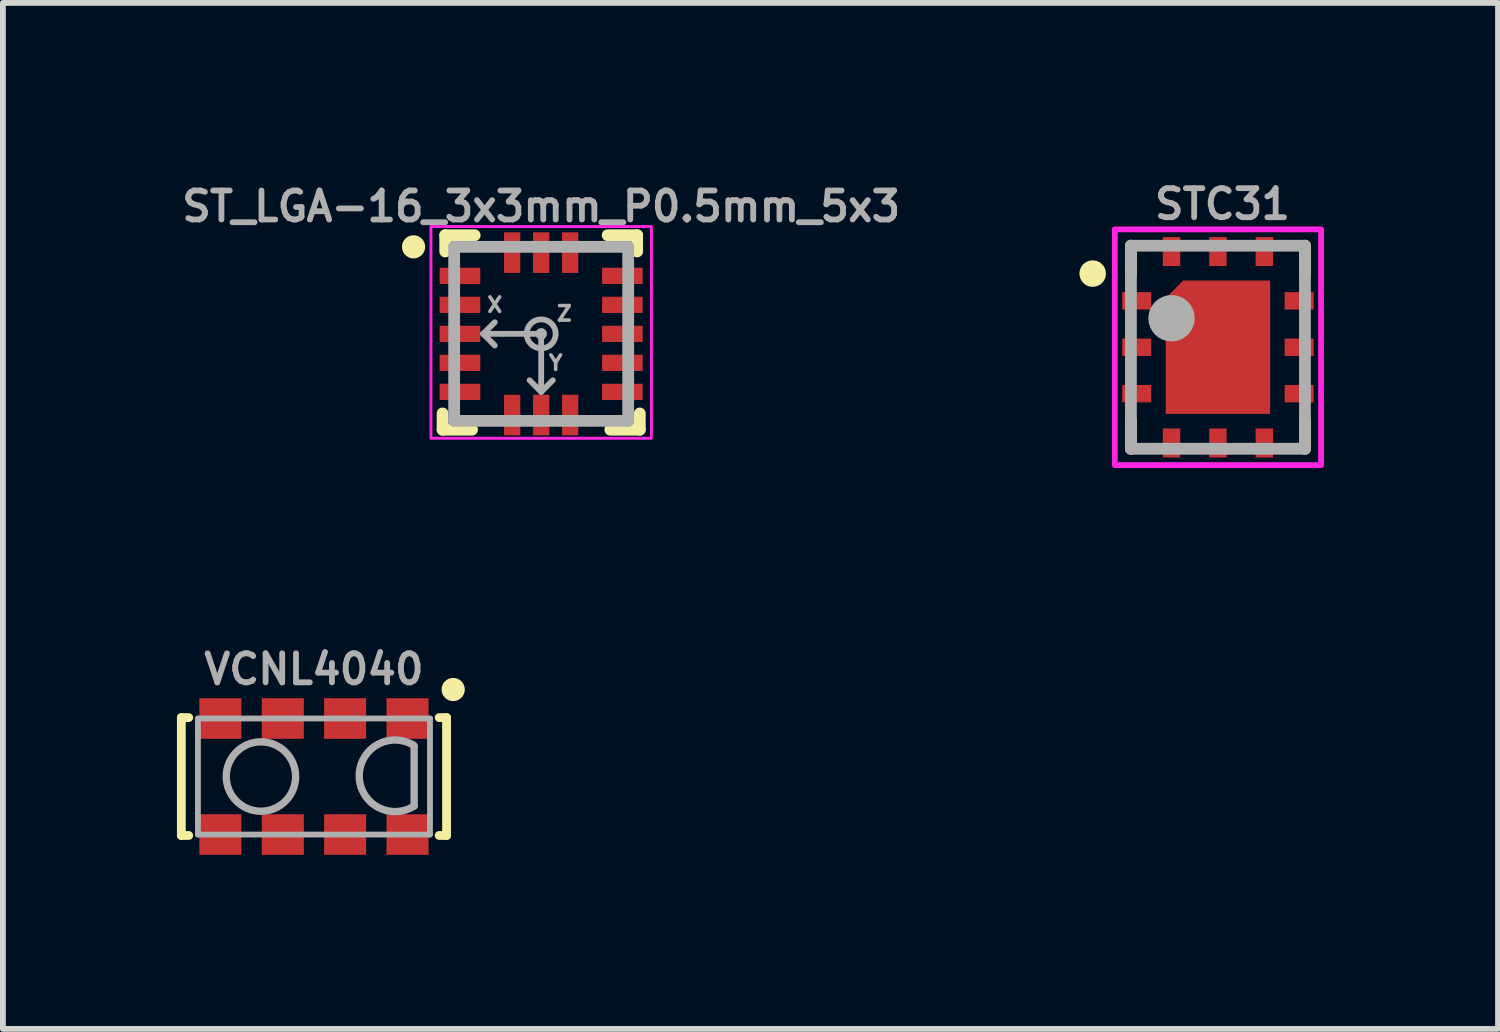
<source format=kicad_pcb>
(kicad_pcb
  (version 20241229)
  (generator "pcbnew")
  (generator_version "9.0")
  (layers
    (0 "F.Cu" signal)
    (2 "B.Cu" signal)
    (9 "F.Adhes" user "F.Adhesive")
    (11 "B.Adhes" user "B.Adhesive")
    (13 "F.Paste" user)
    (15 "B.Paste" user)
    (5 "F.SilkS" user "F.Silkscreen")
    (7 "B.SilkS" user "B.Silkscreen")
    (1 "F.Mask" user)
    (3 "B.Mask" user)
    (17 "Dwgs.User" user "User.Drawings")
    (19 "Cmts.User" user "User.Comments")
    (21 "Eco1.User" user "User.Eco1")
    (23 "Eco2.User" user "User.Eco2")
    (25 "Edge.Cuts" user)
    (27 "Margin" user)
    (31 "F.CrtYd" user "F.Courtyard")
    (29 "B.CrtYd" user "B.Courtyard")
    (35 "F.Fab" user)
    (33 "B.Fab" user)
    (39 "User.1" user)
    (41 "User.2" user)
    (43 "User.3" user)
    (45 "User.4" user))
  (footprint "ST_LGA-16_3x3mm_P0.5mm_5x3"
    (layer "F.Cu")
    (at 6.279 2.705)
    (property "Reference" "ST_LGA-16_3x3mm_P0.5mm_5x3" (at 0 -1.905 0) (unlocked yes) (layer "F.Fab") (effects (font (size 0.5 0.5) (thickness 0.1) (bold yes)) (justify bottom)))
    (fp_line (start -1.7 1.372) (end -1.7 1.652) (stroke (width 0.203) (type solid)) (layer "F.SilkS"))
    (fp_line (start -1.7 1.652) (end -1.192 1.652) (stroke (width 0.203) (type solid)) (layer "F.SilkS"))
    (fp_line (start -1.654 -1.7) (end -1.654 -1.42) (stroke (width 0.203) (type solid)) (layer "F.SilkS"))
    (fp_line (start -1.146 -1.7) (end -1.654 -1.7) (stroke (width 0.203) (type solid)) (layer "F.SilkS"))
    (fp_line (start 1.146 -1.7) (end 1.654 -1.7) (stroke (width 0.203) (type solid)) (layer "F.SilkS"))
    (fp_line (start 1.192 1.652) (end 1.7 1.652) (stroke (width 0.203) (type solid)) (layer "F.SilkS"))
    (fp_line (start 1.654 -1.7) (end 1.654 -1.42) (stroke (width 0.203) (type solid)) (layer "F.SilkS"))
    (fp_line (start 1.7 1.372) (end 1.7 1.652) (stroke (width 0.203) (type solid)) (layer "F.SilkS"))
    (fp_circle (center -2.2 -1.5) (end -2.3 -1.5) (stroke (width 0.2) (type solid)) (fill yes) (layer "F.SilkS"))
    (fp_rect (start -1.9 -1.85) (end 1.9 1.8) (stroke (width 0.05) (type default)) (fill no) (layer "F.CrtYd"))
    (fp_line (start -1.5 -1.5) (end 1.5 -1.5) (stroke (width 0.203) (type solid)) (layer "F.Fab"))
    (fp_line (start -1.5 1.5) (end -1.5 -1.5) (stroke (width 0.203) (type solid)) (layer "F.Fab"))
    (fp_line (start -1 0) (end -0.8 -0.2) (stroke (width 0.1) (type default)) (layer "F.Fab"))
    (fp_line (start -1 0) (end -0.8 0.2) (stroke (width 0.1) (type default)) (layer "F.Fab"))
    (fp_line (start 0 0) (end -1 0) (stroke (width 0.1) (type default)) (layer "F.Fab"))
    (fp_line (start 0 0) (end 0 1) (stroke (width 0.1) (type default)) (layer "F.Fab"))
    (fp_line (start 0 1) (end -0.2 0.8) (stroke (width 0.1) (type default)) (layer "F.Fab"))
    (fp_line (start 0 1) (end 0.2 0.8) (stroke (width 0.1) (type default)) (layer "F.Fab"))
    (fp_line (start 1.5 -1.5) (end 1.5 1.5) (stroke (width 0.203) (type solid)) (layer "F.Fab"))
    (fp_line (start 1.5 1.5) (end -1.5 1.5) (stroke (width 0.203) (type solid)) (layer "F.Fab"))
    (fp_circle (center 0 0) (end -0.25 0) (stroke (width 0.1) (type default)) (fill no) (layer "F.Fab"))
    (fp_circle (center 0 0) (end -0.05 0) (stroke (width 0.1) (type default)) (fill no) (layer "F.Fab"))
    (fp_text user "X" (at -0.8 -0.5 0) (unlocked yes) (layer "F.Fab") (effects (font (size 0.25 0.25) (thickness 0.062))))
    (fp_text user "Z" (at 0.4 -0.35 0) (unlocked yes) (layer "F.Fab") (effects (font (size 0.25 0.25) (thickness 0.062))))
    (fp_text user "Y" (at 0.25 0.5 0) (unlocked yes) (layer "F.Fab") (effects (font (size 0.25 0.25) (thickness 0.062))))
    (pad "1" smd rect (at -1.4 -1 180) (size 0.7 0.28) (layers "F.Cu" "F.Mask" "F.Paste"))
    (pad "2" smd rect (at -1.4 -0.5) (size 0.7 0.28) (layers "F.Cu" "F.Mask" "F.Paste"))
    (pad "3" smd rect (at -1.4 0) (size 0.7 0.28) (layers "F.Cu" "F.Mask" "F.Paste"))
    (pad "4" smd rect (at -1.4 0.5) (size 0.7 0.28) (layers "F.Cu" "F.Mask" "F.Paste"))
    (pad "5" smd rect (at -1.4 1 180) (size 0.7 0.28) (layers "F.Cu" "F.Mask" "F.Paste"))
    (pad "6" smd rect (at -0.5 1.4 90) (size 0.7 0.28) (layers "F.Cu" "F.Mask" "F.Paste"))
    (pad "7" smd rect (at 0 1.4 90) (size 0.7 0.28) (layers "F.Cu" "F.Mask" "F.Paste"))
    (pad "8" smd rect (at 0.5 1.4 90) (size 0.7 0.28) (layers "F.Cu" "F.Mask" "F.Paste"))
    (pad "9" smd rect (at 1.4 1 180) (size 0.7 0.28) (layers "F.Cu" "F.Mask" "F.Paste"))
    (pad "10" smd rect (at 1.4 0.5 180) (size 0.7 0.28) (layers "F.Cu" "F.Mask" "F.Paste"))
    (pad "11" smd rect (at 1.4 0 180) (size 0.7 0.28) (layers "F.Cu" "F.Mask" "F.Paste"))
    (pad "12" smd rect (at 1.4 -0.5 180) (size 0.7 0.28) (layers "F.Cu" "F.Mask" "F.Paste"))
    (pad "13" smd rect (at 1.4 -1 180) (size 0.7 0.28) (layers "F.Cu" "F.Mask" "F.Paste"))
    (pad "14" smd rect (at 0.5 -1.4 270) (size 0.7 0.28) (layers "F.Cu" "F.Mask" "F.Paste"))
    (pad "15" smd rect (at 0 -1.4 270) (size 0.7 0.28) (layers "F.Cu" "F.Mask" "F.Paste"))
    (pad "16" smd rect (at -0.5 -1.4 270) (size 0.7 0.28) (layers "F.Cu" "F.Mask" "F.Paste"))
    (zone (net_name "") (layers "F.Cu" "F.SilkS") (name "MEMs Keepout") (hatch edge 0.5) (connect_pads) (min_thickness 0.25) (filled_areas_thickness no) (keepout (tracks not_allowed) (vias not_allowed) (pads not_allowed) (copperpour not_allowed) (footprints allowed)) (placement (enabled no)) (fill) (polygon (pts (xy 5.329 1.755) (xy 5.329 3.655) (xy 7.229 3.655) (xy 7.229 1.755)))))
  (footprint "VCNL4040"
    (layer "F.Cu")
    (at 2.362 10.336)
    (property "Reference" "VCNL4040" (at 0 -1.85 0) (unlocked yes) (layer "F.Fab") (effects (font (size 0.5 0.5) (thickness 0.1) (bold yes))))
    (fp_line (start -2.286 -1.016) (end -2.159 -1.016) (stroke (width 0.152) (type solid)) (layer "F.SilkS"))
    (fp_line (start -2.286 1.016) (end -2.286 -1.016) (stroke (width 0.152) (type solid)) (layer "F.SilkS"))
    (fp_line (start -2.286 1.016) (end -2.159 1.016) (stroke (width 0.152) (type solid)) (layer "F.SilkS"))
    (fp_line (start 2.159 1.016) (end 2.286 1.016) (stroke (width 0.152) (type solid)) (layer "F.SilkS"))
    (fp_line (start 2.286 -1.016) (end 2.159 -1.016) (stroke (width 0.152) (type solid)) (layer "F.SilkS"))
    (fp_line (start 2.286 1.016) (end 2.286 -1.016) (stroke (width 0.152) (type solid)) (layer "F.SilkS"))
    (fp_circle (center 2.4 -1.5) (end 2.3 -1.5) (stroke (width 0.2) (type solid)) (fill yes) (layer "F.SilkS"))
    (fp_line (start -2 -1) (end 2 -1) (stroke (width 0.1) (type solid)) (layer "F.Fab"))
    (fp_line (start -2 1) (end -2 -1) (stroke (width 0.1) (type solid)) (layer "F.Fab"))
    (fp_line (start -2 1) (end 2 1) (stroke (width 0.1) (type solid)) (layer "F.Fab"))
    (fp_line (start 1.727 0.508) (end 1.727 -0.508) (stroke (width 0.127) (type solid)) (layer "F.Fab"))
    (fp_line (start 2 -1) (end 2 1) (stroke (width 0.1) (type solid)) (layer "F.Fab"))
    (fp_arc (start 1.7272 0.508) (mid 0.780428 -0.0127) (end 1.7272 -0.5334) (stroke (width 0.127) (type solid)) (layer "F.Fab"))
    (fp_circle (center -0.914 0) (end -0.914 -0.598) (stroke (width 0.127) (type solid)) (fill no) (layer "F.Fab"))
    (pad "1" smd rect (at 1.613 -1 90) (size 0.7 0.725) (layers "F.Cu" "F.Mask" "F.Paste"))
    (pad "2" smd rect (at 0.537 -1 90) (size 0.7 0.725) (layers "F.Cu" "F.Mask" "F.Paste"))
    (pad "3" smd rect (at -0.537 -1 90) (size 0.7 0.725) (layers "F.Cu" "F.Mask" "F.Paste"))
    (pad "4" smd rect (at -1.613 -1 90) (size 0.7 0.725) (layers "F.Cu" "F.Mask" "F.Paste"))
    (pad "5" smd rect (at -1.613 1 90) (size 0.7 0.725) (layers "F.Cu" "F.Mask" "F.Paste"))
    (pad "6" smd rect (at -0.537 1 90) (size 0.7 0.725) (layers "F.Cu" "F.Mask" "F.Paste"))
    (pad "7" smd rect (at 0.537 1 90) (size 0.7 0.725) (layers "F.Cu" "F.Mask" "F.Paste"))
    (pad "8" smd rect (at 1.613 1 90) (size 0.7 0.725) (layers "F.Cu" "F.Mask" "F.Paste")))
  (footprint "STC31"
    (layer "F.Cu")
    (at 18.023 2.768)
    (property "Reference" "STC31" (at 0 -2.3 0) (unlocked yes) (layer "F.Fab") (effects (font (size 0.5 0.5) (thickness 0.1))))
    (attr smd)
    (fp_poly (pts (xy 0.822 1.318) (xy -0.978 1.318) (xy -0.978 -0.682) (xy -0.678 -0.982) (xy 0.822 -0.982)) (stroke (width 0) (type default)) (fill yes) (layer "F.Cu"))
    (fp_poly (pts (xy 0.922 1.418) (xy -1.078 1.418) (xy -1.078 -0.732) (xy -0.728 -1.082) (xy 0.922 -1.082)) (stroke (width 0) (type default)) (fill yes) (layer "F.Mask"))
    (fp_line (start -1.578 -1.582) (end -1.578 -1.082) (stroke (width 0.203) (type solid)) (layer "F.SilkS"))
    (fp_line (start -1.578 1.418) (end -1.578 1.918) (stroke (width 0.203) (type solid)) (layer "F.SilkS"))
    (fp_line (start 1.422 -1.582) (end 1.422 -1.082) (stroke (width 0.203) (type solid)) (layer "F.SilkS"))
    (fp_line (start 1.422 1.418) (end 1.422 1.918) (stroke (width 0.203) (type solid)) (layer "F.SilkS"))
    (fp_circle (center -2.237 -1.102) (end -2.11 -1.102) (stroke (width 0.203) (type solid)) (fill yes) (layer "F.SilkS"))
    (fp_poly (pts (xy -1.728 -0.482) (xy -1.328 -0.482) (xy -1.328 -0.782) (xy -1.728 -0.782)) (stroke (width 0) (type default)) (fill yes) (layer "F.Paste"))
    (fp_poly (pts (xy -1.728 0.318) (xy -1.328 0.318) (xy -1.328 0.018) (xy -1.728 0.018)) (stroke (width 0) (type default)) (fill yes) (layer "F.Paste"))
    (fp_poly (pts (xy -1.728 1.118) (xy -1.328 1.118) (xy -1.328 0.818) (xy -1.728 0.818)) (stroke (width 0) (type default)) (fill yes) (layer "F.Paste"))
    (fp_poly (pts (xy -1.028 -1.332) (xy -0.728 -1.332) (xy -0.728 -1.732) (xy -1.028 -1.732)) (stroke (width 0) (type default)) (fill yes) (layer "F.Paste"))
    (fp_poly (pts (xy -1.028 2.068) (xy -0.728 2.068) (xy -0.728 1.668) (xy -1.028 1.668)) (stroke (width 0) (type default)) (fill yes) (layer "F.Paste"))
    (fp_poly (pts (xy -0.428 0.618) (xy 0.272 0.618) (xy 0.272 -0.282) (xy -0.428 -0.282)) (stroke (width 0) (type default)) (fill yes) (layer "F.Paste"))
    (fp_poly (pts (xy -0.228 -1.332) (xy 0.072 -1.332) (xy 0.072 -1.732) (xy -0.228 -1.732)) (stroke (width 0) (type default)) (fill yes) (layer "F.Paste"))
    (fp_poly (pts (xy -0.228 2.068) (xy 0.072 2.068) (xy 0.072 1.668) (xy -0.228 1.668)) (stroke (width 0) (type default)) (fill yes) (layer "F.Paste"))
    (fp_poly (pts (xy 0.572 -1.332) (xy 0.872 -1.332) (xy 0.872 -1.732) (xy 0.572 -1.732)) (stroke (width 0) (type default)) (fill yes) (layer "F.Paste"))
    (fp_poly (pts (xy 0.572 2.068) (xy 0.872 2.068) (xy 0.872 1.668) (xy 0.572 1.668)) (stroke (width 0) (type default)) (fill yes) (layer "F.Paste"))
    (fp_poly (pts (xy 1.172 -0.482) (xy 1.572 -0.482) (xy 1.572 -0.782) (xy 1.172 -0.782)) (stroke (width 0) (type default)) (fill yes) (layer "F.Paste"))
    (fp_poly (pts (xy 1.172 0.318) (xy 1.572 0.318) (xy 1.572 0.018) (xy 1.172 0.018)) (stroke (width 0) (type default)) (fill yes) (layer "F.Paste"))
    (fp_poly (pts (xy 1.172 1.118) (xy 1.572 1.118) (xy 1.572 0.818) (xy 1.172 0.818)) (stroke (width 0) (type default)) (fill yes) (layer "F.Paste"))
    (fp_rect (start -1.856 -1.864) (end 1.7 2.2) (stroke (width 0.1) (type solid)) (fill no) (layer "F.CrtYd"))
    (fp_line (start -1.578 -1.582) (end -1.578 1.918) (stroke (width 0.203) (type solid)) (layer "F.Fab"))
    (fp_line (start -1.578 1.918) (end 1.422 1.918) (stroke (width 0.203) (type solid)) (layer "F.Fab"))
    (fp_line (start 1.422 -1.582) (end -1.578 -1.582) (stroke (width 0.203) (type solid)) (layer "F.Fab"))
    (fp_line (start 1.422 1.918) (end 1.422 -1.582) (stroke (width 0.203) (type solid)) (layer "F.Fab"))
    (fp_circle (center -0.878 -0.332) (end -0.678 -0.332) (stroke (width 0.4) (type solid)) (fill no) (layer "F.Fab"))
    (pad "1" smd rect (at -1.478 -0.632) (size 0.5 0.3) (layers "F.Cu" "F.Mask"))
    (pad "2" smd rect (at -1.478 0.168) (size 0.5 0.3) (layers "F.Cu" "F.Mask"))
    (pad "3" smd rect (at -1.478 0.968) (size 0.5 0.3) (layers "F.Cu" "F.Mask"))
    (pad "4" smd rect (at -0.878 1.818 90) (size 0.5 0.3) (layers "F.Cu" "F.Mask"))
    (pad "5" smd rect (at -0.078 1.818 90) (size 0.5 0.3) (layers "F.Cu" "F.Mask"))
    (pad "6" smd rect (at 0.722 1.818 90) (size 0.5 0.3) (layers "F.Cu" "F.Mask"))
    (pad "7" smd rect (at 1.322 0.968) (size 0.5 0.3) (layers "F.Cu" "F.Mask"))
    (pad "8" smd rect (at 1.322 0.168) (size 0.5 0.3) (layers "F.Cu" "F.Mask"))
    (pad "9" smd rect (at 1.322 -0.632) (size 0.5 0.3) (layers "F.Cu" "F.Mask"))
    (pad "10" smd rect (at 0.722 -1.482 270) (size 0.5 0.3) (layers "F.Cu" "F.Mask"))
    (pad "11" smd rect (at -0.078 -1.482 270) (size 0.5 0.3) (layers "F.Cu" "F.Mask"))
    (pad "12" smd rect (at -0.878 -1.482 270) (size 0.5 0.3) (layers "F.Cu" "F.Mask"))
    (pad "DIEPAD" smd rect (at -0.078 0.168 90) (size 0.61 0.305) (layers "F.Cu")))
  (gr_rect
    (start -3 -3)
    (end 22.773 14.686)
    (stroke (width 0.1) (type default))
    (fill no)
    (layer "Edge.Cuts")))
</source>
